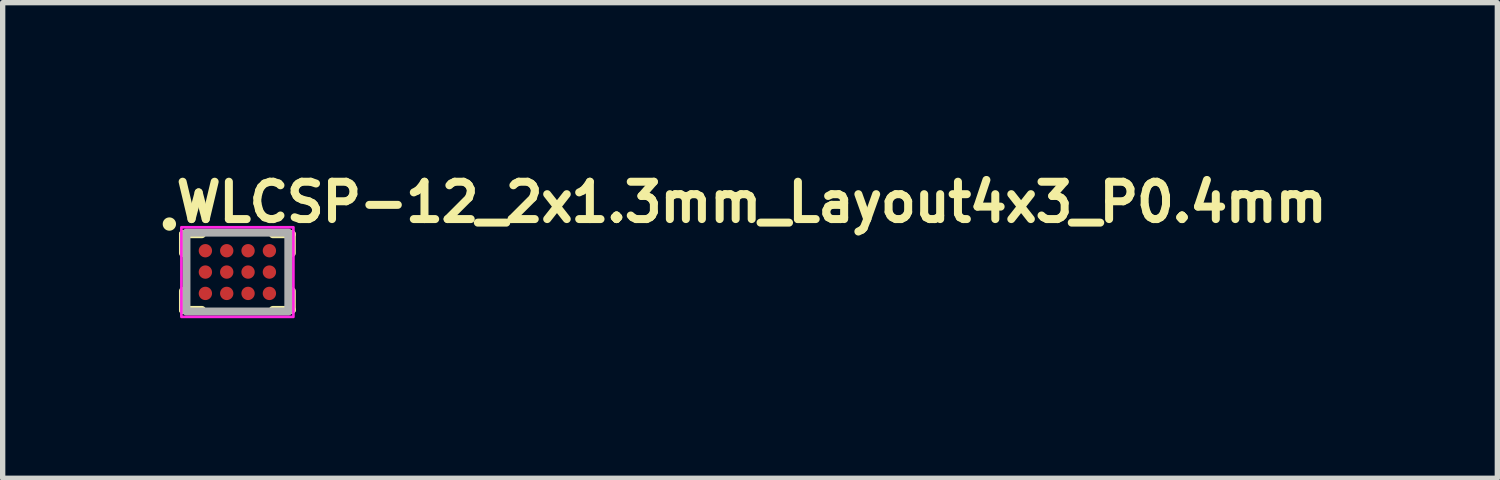
<source format=kicad_pcb>
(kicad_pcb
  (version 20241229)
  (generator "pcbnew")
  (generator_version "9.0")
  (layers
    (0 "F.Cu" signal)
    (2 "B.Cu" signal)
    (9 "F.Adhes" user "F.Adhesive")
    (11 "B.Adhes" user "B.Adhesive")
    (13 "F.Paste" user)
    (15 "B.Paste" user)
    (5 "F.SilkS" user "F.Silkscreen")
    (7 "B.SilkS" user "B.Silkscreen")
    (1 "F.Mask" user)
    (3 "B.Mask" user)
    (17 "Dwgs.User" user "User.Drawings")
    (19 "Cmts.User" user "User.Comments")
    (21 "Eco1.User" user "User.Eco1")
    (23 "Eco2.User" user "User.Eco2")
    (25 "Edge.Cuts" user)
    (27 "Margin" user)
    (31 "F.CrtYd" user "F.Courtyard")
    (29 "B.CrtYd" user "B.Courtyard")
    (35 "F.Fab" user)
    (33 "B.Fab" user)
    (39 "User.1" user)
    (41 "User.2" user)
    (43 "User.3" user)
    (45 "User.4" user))
  (footprint "WLCSP-12_2x1.3mm_Layout4x3_P0.4mm"
    (layer "F.Cu")
    (at 1.4 2.05)
    (property "Reference" "WLCSP-12_2x1.3mm_Layout4x3_P0.4mm" (at -1.225 -0.9 0) (layer "F.SilkS") (effects (font (size 0.7 0.7) (thickness 0.15)) (justify left bottom)))
    (attr smd)
    (fp_line (start -1.02 -0.71) (end -0.665 -0.71) (stroke (width 0.15) (type solid)) (layer "F.SilkS"))
    (fp_line (start -1.02 -0.355) (end -1.02 -0.71) (stroke (width 0.15) (type solid)) (layer "F.SilkS"))
    (fp_line (start -1.02 0.71) (end -1.02 0.355) (stroke (width 0.15) (type solid)) (layer "F.SilkS"))
    (fp_line (start -0.665 0.71) (end -1.02 0.71) (stroke (width 0.15) (type solid)) (layer "F.SilkS"))
    (fp_line (start 0.665 -0.71) (end 1.02 -0.71) (stroke (width 0.15) (type solid)) (layer "F.SilkS"))
    (fp_line (start 1.02 -0.71) (end 1.02 -0.355) (stroke (width 0.15) (type solid)) (layer "F.SilkS"))
    (fp_line (start 1.02 0.355) (end 1.02 0.71) (stroke (width 0.15) (type solid)) (layer "F.SilkS"))
    (fp_line (start 1.02 0.71) (end 0.665 0.71) (stroke (width 0.15) (type solid)) (layer "F.SilkS"))
    (fp_circle (center -1.275 -0.9) (end -1.225 -0.9) (stroke (width 0.15) (type solid)) (fill yes) (layer "F.SilkS"))
    (fp_rect (start -1.05 -0.84) (end 1.05 0.84) (stroke (width 0.05) (type solid)) (fill no) (layer "F.CrtYd"))
    (fp_rect (start -0.955 -0.74) (end 0.955 0.74) (stroke (width 0.15) (type solid)) (fill no) (layer "F.Fab"))
    (fp_rect (start -0.955 -0.74) (end 0.955 0.74) (stroke (width 0.1) (type solid)) (fill no) (layer "User.5"))
    (fp_line (start -0.955 -0.74) (end -0.955 0.74) (stroke (width 0.02) (type solid)) (layer "User.9"))
    (fp_line (start -0.955 0.74) (end 0.955 0.74) (stroke (width 0.02) (type solid)) (layer "User.9"))
    (fp_line (start -0.83 -0.54) (end -0.826 -0.517) (stroke (width 0.02) (type solid)) (layer "User.9"))
    (fp_line (start -0.83 -0.54) (end -0.826 -0.517) (stroke (width 0.02) (type solid)) (layer "User.9"))
    (fp_line (start -0.826 -0.563) (end -0.83 -0.54) (stroke (width 0.02) (type solid)) (layer "User.9"))
    (fp_line (start -0.826 -0.563) (end -0.83 -0.54) (stroke (width 0.02) (type solid)) (layer "User.9"))
    (fp_line (start -0.826 -0.517) (end -0.816 -0.496) (stroke (width 0.02) (type solid)) (layer "User.9"))
    (fp_line (start -0.826 -0.517) (end -0.816 -0.496) (stroke (width 0.02) (type solid)) (layer "User.9"))
    (fp_line (start -0.816 -0.584) (end -0.826 -0.563) (stroke (width 0.02) (type solid)) (layer "User.9"))
    (fp_line (start -0.816 -0.584) (end -0.826 -0.563) (stroke (width 0.02) (type solid)) (layer "User.9"))
    (fp_line (start -0.816 -0.496) (end -0.799 -0.479) (stroke (width 0.02) (type solid)) (layer "User.9"))
    (fp_line (start -0.816 -0.496) (end -0.799 -0.479) (stroke (width 0.02) (type solid)) (layer "User.9"))
    (fp_line (start -0.799 -0.601) (end -0.816 -0.584) (stroke (width 0.02) (type solid)) (layer "User.9"))
    (fp_line (start -0.799 -0.601) (end -0.816 -0.584) (stroke (width 0.02) (type solid)) (layer "User.9"))
    (fp_line (start -0.799 -0.479) (end -0.778 -0.469) (stroke (width 0.02) (type solid)) (layer "User.9"))
    (fp_line (start -0.799 -0.479) (end -0.778 -0.469) (stroke (width 0.02) (type solid)) (layer "User.9"))
    (fp_line (start -0.778 -0.611) (end -0.799 -0.601) (stroke (width 0.02) (type solid)) (layer "User.9"))
    (fp_line (start -0.778 -0.611) (end -0.799 -0.601) (stroke (width 0.02) (type solid)) (layer "User.9"))
    (fp_line (start -0.778 -0.469) (end -0.755 -0.465) (stroke (width 0.02) (type solid)) (layer "User.9"))
    (fp_line (start -0.778 -0.469) (end -0.755 -0.465) (stroke (width 0.02) (type solid)) (layer "User.9"))
    (fp_line (start -0.755 -0.615) (end -0.778 -0.611) (stroke (width 0.02) (type solid)) (layer "User.9"))
    (fp_line (start -0.755 -0.615) (end -0.778 -0.611) (stroke (width 0.02) (type solid)) (layer "User.9"))
    (fp_line (start -0.755 -0.465) (end -0.732 -0.469) (stroke (width 0.02) (type solid)) (layer "User.9"))
    (fp_line (start -0.755 -0.465) (end -0.732 -0.469) (stroke (width 0.02) (type solid)) (layer "User.9"))
    (fp_line (start -0.732 -0.611) (end -0.755 -0.615) (stroke (width 0.02) (type solid)) (layer "User.9"))
    (fp_line (start -0.732 -0.611) (end -0.755 -0.615) (stroke (width 0.02) (type solid)) (layer "User.9"))
    (fp_line (start -0.732 -0.469) (end -0.711 -0.479) (stroke (width 0.02) (type solid)) (layer "User.9"))
    (fp_line (start -0.732 -0.469) (end -0.711 -0.479) (stroke (width 0.02) (type solid)) (layer "User.9"))
    (fp_line (start -0.711 -0.601) (end -0.732 -0.611) (stroke (width 0.02) (type solid)) (layer "User.9"))
    (fp_line (start -0.711 -0.601) (end -0.732 -0.611) (stroke (width 0.02) (type solid)) (layer "User.9"))
    (fp_line (start -0.711 -0.479) (end -0.694 -0.496) (stroke (width 0.02) (type solid)) (layer "User.9"))
    (fp_line (start -0.711 -0.479) (end -0.694 -0.496) (stroke (width 0.02) (type solid)) (layer "User.9"))
    (fp_line (start -0.694 -0.584) (end -0.711 -0.601) (stroke (width 0.02) (type solid)) (layer "User.9"))
    (fp_line (start -0.694 -0.584) (end -0.711 -0.601) (stroke (width 0.02) (type solid)) (layer "User.9"))
    (fp_line (start -0.694 -0.496) (end -0.684 -0.517) (stroke (width 0.02) (type solid)) (layer "User.9"))
    (fp_line (start -0.694 -0.496) (end -0.684 -0.517) (stroke (width 0.02) (type solid)) (layer "User.9"))
    (fp_line (start -0.684 -0.563) (end -0.694 -0.584) (stroke (width 0.02) (type solid)) (layer "User.9"))
    (fp_line (start -0.684 -0.563) (end -0.694 -0.584) (stroke (width 0.02) (type solid)) (layer "User.9"))
    (fp_line (start -0.684 -0.517) (end -0.68 -0.54) (stroke (width 0.02) (type solid)) (layer "User.9"))
    (fp_line (start -0.684 -0.517) (end -0.68 -0.54) (stroke (width 0.02) (type solid)) (layer "User.9"))
    (fp_line (start -0.68 -0.54) (end -0.684 -0.563) (stroke (width 0.02) (type solid)) (layer "User.9"))
    (fp_line (start -0.68 -0.54) (end -0.684 -0.563) (stroke (width 0.02) (type solid)) (layer "User.9"))
    (fp_line (start 0.955 -0.74) (end -0.955 -0.74) (stroke (width 0.02) (type solid)) (layer "User.9"))
    (fp_line (start 0.955 0.74) (end 0.955 -0.74) (stroke (width 0.02) (type solid)) (layer "User.9"))
    (pad "A1" smd circle (at -0.6 -0.4 90) (size 0.25 0.25) (layers "F.Cu" "F.Mask" "F.Paste"))
    (pad "A2" smd circle (at -0.2 -0.4 90) (size 0.25 0.25) (layers "F.Cu" "F.Mask" "F.Paste"))
    (pad "A3" smd circle (at 0.2 -0.4 90) (size 0.25 0.25) (layers "F.Cu" "F.Mask" "F.Paste"))
    (pad "A4" smd circle (at 0.6 -0.4 90) (size 0.25 0.25) (layers "F.Cu" "F.Mask" "F.Paste"))
    (pad "B1" smd circle (at -0.6 0 90) (size 0.25 0.25) (layers "F.Cu" "F.Mask" "F.Paste"))
    (pad "B2" smd circle (at -0.2 0 90) (size 0.25 0.25) (layers "F.Cu" "F.Mask" "F.Paste"))
    (pad "B3" smd circle (at 0.2 0 90) (size 0.25 0.25) (layers "F.Cu" "F.Mask" "F.Paste"))
    (pad "B4" smd circle (at 0.6 0 90) (size 0.25 0.25) (layers "F.Cu" "F.Mask" "F.Paste"))
    (pad "C1" smd circle (at -0.6 0.4 90) (size 0.25 0.25) (layers "F.Cu" "F.Mask" "F.Paste"))
    (pad "C2" smd circle (at -0.2 0.4 90) (size 0.25 0.25) (layers "F.Cu" "F.Mask" "F.Paste"))
    (pad "C3" smd circle (at 0.2 0.4 90) (size 0.25 0.25) (layers "F.Cu" "F.Mask" "F.Paste"))
    (pad "C4" smd circle (at 0.6 0.4 90) (size 0.25 0.25) (layers "F.Cu" "F.Mask" "F.Paste")))
  (gr_rect
    (start -3 -3)
    (end 25.018 5.915)
    (stroke (width 0.1) (type default))
    (fill no)
    (layer "Edge.Cuts")))
</source>
